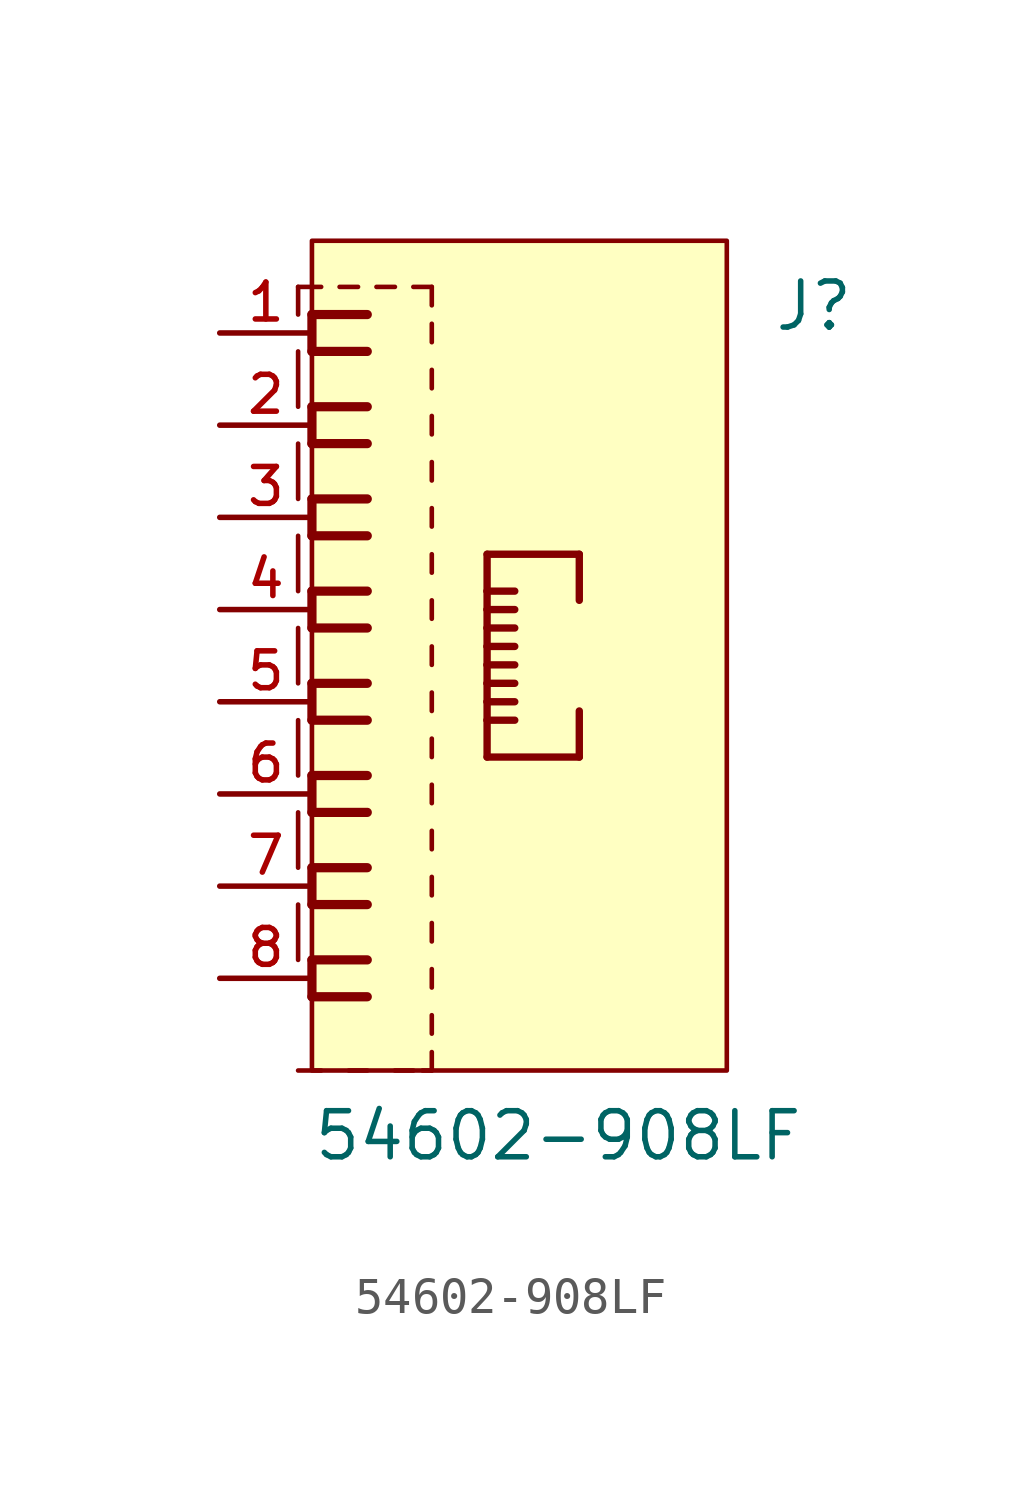
<source format=kicad_sym>
(kicad_symbol_lib
  (version 20211014)
  (generator kicad_symbol_editor)
  (symbol "54602-908LF"
    (pin_names
      (offset 1.016) hide)
    (property "Reference" "J"
      (at 12.7 10.16 0)
      (effects (font (size 1.27 1.27)) (justify left bottom)))
    (property "Value" "54602-908LF"
      (at 0 -12.7 0)
      (effects (font (size 1.27 1.27)) (justify left bottom)))
    (symbol "54602-908LF_0_0"
      (polyline (pts (xy -0.381 -10.16) (xy 0.254 -10.16)) (stroke (width 0.127) (type default) (color 0 0 0 0)) (fill (type none)))
      (polyline (pts (xy -0.381 -5.588) (xy -0.381 -7.112)) (stroke (width 0.127) (type default) (color 0 0 0 0)) (fill (type none)))
      (polyline (pts (xy -0.381 -3.048) (xy -0.381 -4.572)) (stroke (width 0.127) (type default) (color 0 0 0 0)) (fill (type none)))
      (polyline (pts (xy -0.381 -0.508) (xy -0.381 -2.032)) (stroke (width 0.127) (type default) (color 0 0 0 0)) (fill (type none)))
      (polyline (pts (xy -0.381 2.032) (xy -0.381 0.508)) (stroke (width 0.127) (type default) (color 0 0 0 0)) (fill (type none)))
      (polyline (pts (xy -0.381 4.572) (xy -0.381 3.048)) (stroke (width 0.127) (type default) (color 0 0 0 0)) (fill (type none)))
      (polyline (pts (xy -0.381 7.112) (xy -0.381 5.588)) (stroke (width 0.127) (type default) (color 0 0 0 0)) (fill (type none)))
      (polyline (pts (xy -0.381 9.652) (xy -0.381 8.128)) (stroke (width 0.127) (type default) (color 0 0 0 0)) (fill (type none)))
      (polyline (pts (xy -0.381 11.43) (xy -0.381 10.668)) (stroke (width 0.127) (type default) (color 0 0 0 0)) (fill (type none)))
      (polyline (pts (xy 0 -8.128) (xy 1.524 -8.128)) (stroke (width 0.254) (type default) (color 0 0 0 0)) (fill (type none)))
      (polyline (pts (xy 0 -7.112) (xy 0 -8.128)) (stroke (width 0.254) (type default) (color 0 0 0 0)) (fill (type none)))
      (polyline (pts (xy 0 -5.588) (xy 1.524 -5.588)) (stroke (width 0.254) (type default) (color 0 0 0 0)) (fill (type none)))
      (polyline (pts (xy 0 -4.572) (xy 0 -5.588)) (stroke (width 0.254) (type default) (color 0 0 0 0)) (fill (type none)))
      (polyline (pts (xy 0 -3.048) (xy 1.524 -3.048)) (stroke (width 0.254) (type default) (color 0 0 0 0)) (fill (type none)))
      (polyline (pts (xy 0 -2.032) (xy 0 -3.048)) (stroke (width 0.254) (type default) (color 0 0 0 0)) (fill (type none)))
      (polyline (pts (xy 0 -0.508) (xy 1.524 -0.508)) (stroke (width 0.254) (type default) (color 0 0 0 0)) (fill (type none)))
      (polyline (pts (xy 0 0.508) (xy 0 -0.508)) (stroke (width 0.254) (type default) (color 0 0 0 0)) (fill (type none)))
      (polyline (pts (xy 0 2.032) (xy 1.524 2.032)) (stroke (width 0.254) (type default) (color 0 0 0 0)) (fill (type none)))
      (polyline (pts (xy 0 3.048) (xy 0 2.032)) (stroke (width 0.254) (type default) (color 0 0 0 0)) (fill (type none)))
      (polyline (pts (xy 0 4.572) (xy 1.524 4.572)) (stroke (width 0.254) (type default) (color 0 0 0 0)) (fill (type none)))
      (polyline (pts (xy 0 5.588) (xy 0 4.572)) (stroke (width 0.254) (type default) (color 0 0 0 0)) (fill (type none)))
      (polyline (pts (xy 0 7.112) (xy 1.524 7.112)) (stroke (width 0.254) (type default) (color 0 0 0 0)) (fill (type none)))
      (polyline (pts (xy 0 8.128) (xy 0 7.112)) (stroke (width 0.254) (type default) (color 0 0 0 0)) (fill (type none)))
      (polyline (pts (xy 0 9.652) (xy 1.524 9.652)) (stroke (width 0.254) (type default) (color 0 0 0 0)) (fill (type none)))
      (polyline (pts (xy 0 10.668) (xy 0 9.652)) (stroke (width 0.254) (type default) (color 0 0 0 0)) (fill (type none)))
      (polyline (pts (xy 0.254 11.43) (xy -0.381 11.43)) (stroke (width 0.127) (type default) (color 0 0 0 0)) (fill (type none)))
      (polyline (pts (xy 1.016 -10.16) (xy 1.524 -10.16)) (stroke (width 0.127) (type default) (color 0 0 0 0)) (fill (type none)))
      (polyline (pts (xy 1.27 11.43) (xy 0.762 11.43)) (stroke (width 0.127) (type default) (color 0 0 0 0)) (fill (type none)))
      (polyline (pts (xy 1.524 -7.112) (xy 0 -7.112)) (stroke (width 0.254) (type default) (color 0 0 0 0)) (fill (type none)))
      (polyline (pts (xy 1.524 -4.572) (xy 0 -4.572)) (stroke (width 0.254) (type default) (color 0 0 0 0)) (fill (type none)))
      (polyline (pts (xy 1.524 -2.032) (xy 0 -2.032)) (stroke (width 0.254) (type default) (color 0 0 0 0)) (fill (type none)))
      (polyline (pts (xy 1.524 0.508) (xy 0 0.508)) (stroke (width 0.254) (type default) (color 0 0 0 0)) (fill (type none)))
      (polyline (pts (xy 1.524 3.048) (xy 0 3.048)) (stroke (width 0.254) (type default) (color 0 0 0 0)) (fill (type none)))
      (polyline (pts (xy 1.524 5.588) (xy 0 5.588)) (stroke (width 0.254) (type default) (color 0 0 0 0)) (fill (type none)))
      (polyline (pts (xy 1.524 8.128) (xy 0 8.128)) (stroke (width 0.254) (type default) (color 0 0 0 0)) (fill (type none)))
      (polyline (pts (xy 1.524 10.668) (xy 0 10.668)) (stroke (width 0.254) (type default) (color 0 0 0 0)) (fill (type none)))
      (polyline (pts (xy 2.286 -10.16) (xy 2.794 -10.16)) (stroke (width 0.127) (type default) (color 0 0 0 0)) (fill (type none)))
      (polyline (pts (xy 2.286 11.43) (xy 1.778 11.43)) (stroke (width 0.127) (type default) (color 0 0 0 0)) (fill (type none)))
      (polyline (pts (xy 3.048 -10.16) (xy 3.302 -10.16)) (stroke (width 0.127) (type default) (color 0 0 0 0)) (fill (type none)))
      (polyline (pts (xy 3.302 -10.16) (xy 3.302 -9.652)) (stroke (width 0.127) (type default) (color 0 0 0 0)) (fill (type none)))
      (polyline (pts (xy 3.302 -9.144) (xy 3.302 -8.636)) (stroke (width 0.127) (type default) (color 0 0 0 0)) (fill (type none)))
      (polyline (pts (xy 3.302 -7.874) (xy 3.302 -7.366)) (stroke (width 0.127) (type default) (color 0 0 0 0)) (fill (type none)))
      (polyline (pts (xy 3.302 -6.604) (xy 3.302 -6.096)) (stroke (width 0.127) (type default) (color 0 0 0 0)) (fill (type none)))
      (polyline (pts (xy 3.302 -5.334) (xy 3.302 -4.826)) (stroke (width 0.127) (type default) (color 0 0 0 0)) (fill (type none)))
      (polyline (pts (xy 3.302 -4.064) (xy 3.302 -3.556)) (stroke (width 0.127) (type default) (color 0 0 0 0)) (fill (type none)))
      (polyline (pts (xy 3.302 -2.794) (xy 3.302 -2.286)) (stroke (width 0.127) (type default) (color 0 0 0 0)) (fill (type none)))
      (polyline (pts (xy 3.302 -1.524) (xy 3.302 -1.016)) (stroke (width 0.127) (type default) (color 0 0 0 0)) (fill (type none)))
      (polyline (pts (xy 3.302 -0.254) (xy 3.302 0.254)) (stroke (width 0.127) (type default) (color 0 0 0 0)) (fill (type none)))
      (polyline (pts (xy 3.302 1.016) (xy 3.302 1.524)) (stroke (width 0.127) (type default) (color 0 0 0 0)) (fill (type none)))
      (polyline (pts (xy 3.302 2.286) (xy 3.302 2.794)) (stroke (width 0.127) (type default) (color 0 0 0 0)) (fill (type none)))
      (polyline (pts (xy 3.302 3.556) (xy 3.302 4.064)) (stroke (width 0.127) (type default) (color 0 0 0 0)) (fill (type none)))
      (polyline (pts (xy 3.302 4.826) (xy 3.302 5.334)) (stroke (width 0.127) (type default) (color 0 0 0 0)) (fill (type none)))
      (polyline (pts (xy 3.302 6.096) (xy 3.302 6.604)) (stroke (width 0.127) (type default) (color 0 0 0 0)) (fill (type none)))
      (polyline (pts (xy 3.302 7.366) (xy 3.302 7.874)) (stroke (width 0.127) (type default) (color 0 0 0 0)) (fill (type none)))
      (polyline (pts (xy 3.302 8.636) (xy 3.302 9.144)) (stroke (width 0.127) (type default) (color 0 0 0 0)) (fill (type none)))
      (polyline (pts (xy 3.302 9.906) (xy 3.302 10.414)) (stroke (width 0.127) (type default) (color 0 0 0 0)) (fill (type none)))
      (polyline (pts (xy 3.302 10.922) (xy 3.302 11.43)) (stroke (width 0.127) (type default) (color 0 0 0 0)) (fill (type none)))
      (polyline (pts (xy 3.302 11.43) (xy 2.794 11.43)) (stroke (width 0.127) (type default) (color 0 0 0 0)) (fill (type none)))
      (polyline (pts (xy 4.826 -1.524) (xy 7.366 -1.524)) (stroke (width 0.203) (type default) (color 0 0 0 0)) (fill (type none)))
      (polyline (pts (xy 4.826 -0.508) (xy 4.826 -1.524)) (stroke (width 0.203) (type default) (color 0 0 0 0)) (fill (type none)))
      (polyline (pts (xy 4.826 -0.508) (xy 5.588 -0.508)) (stroke (width 0.203) (type default) (color 0 0 0 0)) (fill (type none)))
      (polyline (pts (xy 4.826 0) (xy 4.826 -0.508)) (stroke (width 0.203) (type default) (color 0 0 0 0)) (fill (type none)))
      (polyline (pts (xy 4.826 0) (xy 5.588 0)) (stroke (width 0.203) (type default) (color 0 0 0 0)) (fill (type none)))
      (polyline (pts (xy 4.826 0.508) (xy 4.826 0)) (stroke (width 0.203) (type default) (color 0 0 0 0)) (fill (type none)))
      (polyline (pts (xy 4.826 0.508) (xy 5.588 0.508)) (stroke (width 0.203) (type default) (color 0 0 0 0)) (fill (type none)))
      (polyline (pts (xy 4.826 1.016) (xy 4.826 0.508)) (stroke (width 0.203) (type default) (color 0 0 0 0)) (fill (type none)))
      (polyline (pts (xy 4.826 1.016) (xy 5.588 1.016)) (stroke (width 0.203) (type default) (color 0 0 0 0)) (fill (type none)))
      (polyline (pts (xy 4.826 1.524) (xy 4.826 1.016)) (stroke (width 0.203) (type default) (color 0 0 0 0)) (fill (type none)))
      (polyline (pts (xy 4.826 1.524) (xy 5.588 1.524)) (stroke (width 0.203) (type default) (color 0 0 0 0)) (fill (type none)))
      (polyline (pts (xy 4.826 2.032) (xy 4.826 1.524)) (stroke (width 0.203) (type default) (color 0 0 0 0)) (fill (type none)))
      (polyline (pts (xy 4.826 2.032) (xy 5.588 2.032)) (stroke (width 0.203) (type default) (color 0 0 0 0)) (fill (type none)))
      (polyline (pts (xy 4.826 2.54) (xy 4.826 2.032)) (stroke (width 0.203) (type default) (color 0 0 0 0)) (fill (type none)))
      (polyline (pts (xy 4.826 2.54) (xy 5.588 2.54)) (stroke (width 0.203) (type default) (color 0 0 0 0)) (fill (type none)))
      (polyline (pts (xy 4.826 3.048) (xy 4.826 2.54)) (stroke (width 0.203) (type default) (color 0 0 0 0)) (fill (type none)))
      (polyline (pts (xy 4.826 3.048) (xy 5.588 3.048)) (stroke (width 0.203) (type default) (color 0 0 0 0)) (fill (type none)))
      (polyline (pts (xy 4.826 4.064) (xy 4.826 3.048)) (stroke (width 0.203) (type default) (color 0 0 0 0)) (fill (type none)))
      (polyline (pts (xy 7.366 -1.524) (xy 7.366 -0.254)) (stroke (width 0.203) (type default) (color 0 0 0 0)) (fill (type none)))
      (polyline (pts (xy 7.366 2.794) (xy 7.366 4.064)) (stroke (width 0.203) (type default) (color 0 0 0 0)) (fill (type none)))
      (polyline (pts (xy 7.366 4.064) (xy 4.826 4.064)) (stroke (width 0.203) (type default) (color 0 0 0 0)) (fill (type none)))
      (rectangle (start 0 12.7) (end 11.43 -10.16) (stroke (width 0.127) (type default) (color 0 0 0 0)) (fill (type background)))
      (pin passive line (at -2.54 10.16 0) (length 2.54) (name "~" (effects (font (size 1.016 1.016)))) (number "1" (effects (font (size 1.016 1.016)))))
      (pin passive line (at -2.54 7.62 0) (length 2.54) (name "~" (effects (font (size 1.016 1.016)))) (number "2" (effects (font (size 1.016 1.016)))))
      (pin passive line (at -2.54 5.08 0) (length 2.54) (name "~" (effects (font (size 1.016 1.016)))) (number "3" (effects (font (size 1.016 1.016)))))
      (pin passive line (at -2.54 2.54 0) (length 2.54) (name "~" (effects (font (size 1.016 1.016)))) (number "4" (effects (font (size 1.016 1.016)))))
      (pin passive line (at -2.54 0 0) (length 2.54) (name "~" (effects (font (size 1.016 1.016)))) (number "5" (effects (font (size 1.016 1.016)))))
      (pin passive line (at -2.54 -2.54 0) (length 2.54) (name "~" (effects (font (size 1.016 1.016)))) (number "6" (effects (font (size 1.016 1.016)))))
      (pin passive line (at -2.54 -5.08 0) (length 2.54) (name "~" (effects (font (size 1.016 1.016)))) (number "7" (effects (font (size 1.016 1.016)))))
      (pin passive line (at -2.54 -7.62 0) (length 2.54) (name "~" (effects (font (size 1.016 1.016)))) (number "8" (effects (font (size 1.016 1.016))))))))
</source>
